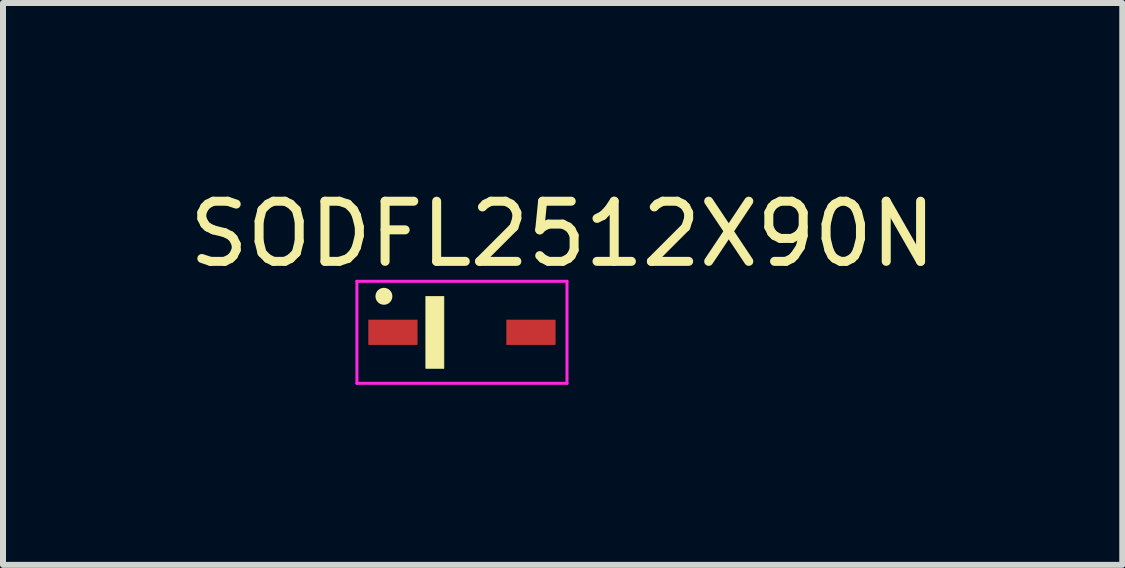
<source format=kicad_pcb>
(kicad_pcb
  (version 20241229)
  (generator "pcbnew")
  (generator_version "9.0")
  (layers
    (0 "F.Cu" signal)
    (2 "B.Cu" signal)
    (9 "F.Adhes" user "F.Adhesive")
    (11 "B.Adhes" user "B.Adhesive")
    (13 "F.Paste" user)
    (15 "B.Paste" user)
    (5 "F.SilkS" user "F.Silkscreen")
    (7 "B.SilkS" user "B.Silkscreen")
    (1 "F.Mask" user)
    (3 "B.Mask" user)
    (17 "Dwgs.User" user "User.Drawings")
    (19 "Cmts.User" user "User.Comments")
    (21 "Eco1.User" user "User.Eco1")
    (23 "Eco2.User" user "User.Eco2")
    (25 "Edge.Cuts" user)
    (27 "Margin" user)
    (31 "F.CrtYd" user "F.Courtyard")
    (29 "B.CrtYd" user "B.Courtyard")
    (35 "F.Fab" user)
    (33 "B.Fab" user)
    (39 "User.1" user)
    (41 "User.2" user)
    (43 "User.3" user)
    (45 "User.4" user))
  (footprint "SODFL2512X90N"
    (layer "F.Cu")
    (at 4.647 2.487)
    (property "Reference" "SODFL2512X90N" (at 1.678 -1.638 0) (layer "F.SilkS") (effects (font (size 1.002 1.002) (thickness 0.15))))
    (attr smd)
    (fp_circle (center -1.3 -0.6) (end -1.159 -0.6) (stroke (width 0) (type solid)) (fill yes) (layer "F.SilkS"))
    (fp_poly (pts (xy -0.602 -0.6) (xy -0.3 -0.6) (xy -0.3 0.602) (xy -0.602 0.602)) (stroke (width 0.01) (type solid)) (fill yes) (layer "F.SilkS"))
    (fp_line (start -1.75 -0.85) (end 1.75 -0.85) (stroke (width 0.05) (type solid)) (layer "F.CrtYd"))
    (fp_line (start -1.75 0.85) (end -1.75 -0.85) (stroke (width 0.05) (type solid)) (layer "F.CrtYd"))
    (fp_line (start 1.75 -0.85) (end 1.75 0.85) (stroke (width 0.05) (type solid)) (layer "F.CrtYd"))
    (fp_line (start 1.75 0.85) (end -1.75 0.85) (stroke (width 0.05) (type solid)) (layer "F.CrtYd"))
    (pad "A" smd rect (at 1.15 0) (size 0.82 0.42) (layers "F.Cu" "F.Mask" "F.Paste"))
    (pad "C" smd rect (at -1.15 0) (size 0.82 0.42) (layers "F.Cu" "F.Mask" "F.Paste")))
  (gr_rect
    (start -3 -3)
    (end 15.65 6.362)
    (stroke (width 0.1) (type default))
    (fill no)
    (layer "Edge.Cuts")))
</source>
